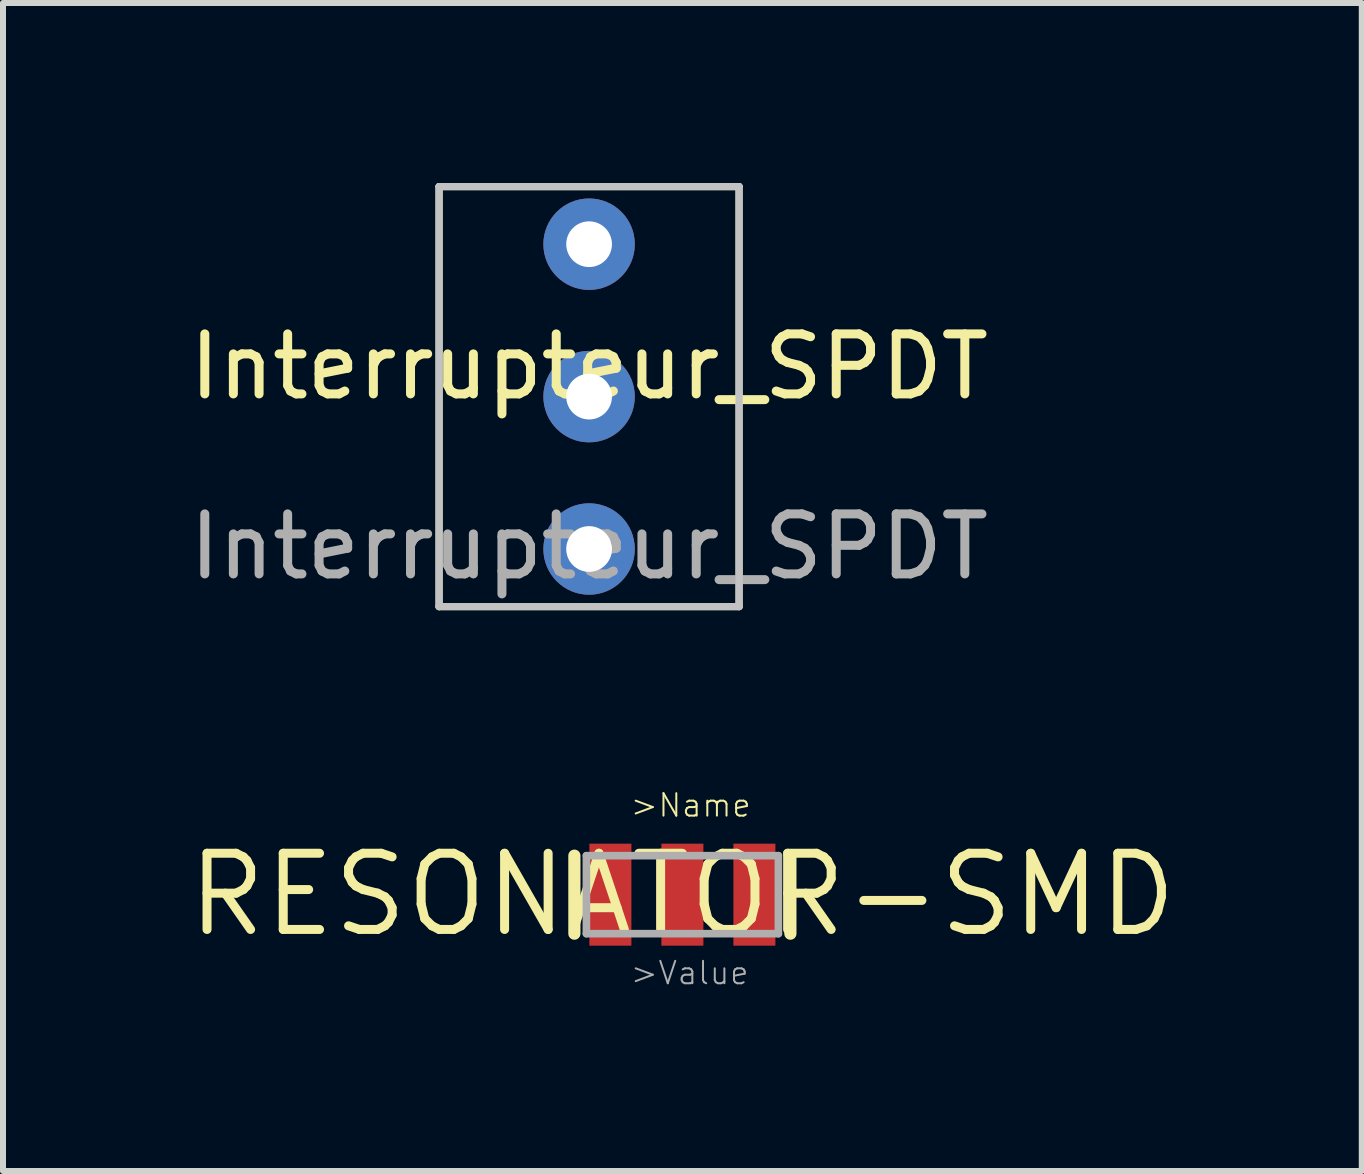
<source format=kicad_pcb>
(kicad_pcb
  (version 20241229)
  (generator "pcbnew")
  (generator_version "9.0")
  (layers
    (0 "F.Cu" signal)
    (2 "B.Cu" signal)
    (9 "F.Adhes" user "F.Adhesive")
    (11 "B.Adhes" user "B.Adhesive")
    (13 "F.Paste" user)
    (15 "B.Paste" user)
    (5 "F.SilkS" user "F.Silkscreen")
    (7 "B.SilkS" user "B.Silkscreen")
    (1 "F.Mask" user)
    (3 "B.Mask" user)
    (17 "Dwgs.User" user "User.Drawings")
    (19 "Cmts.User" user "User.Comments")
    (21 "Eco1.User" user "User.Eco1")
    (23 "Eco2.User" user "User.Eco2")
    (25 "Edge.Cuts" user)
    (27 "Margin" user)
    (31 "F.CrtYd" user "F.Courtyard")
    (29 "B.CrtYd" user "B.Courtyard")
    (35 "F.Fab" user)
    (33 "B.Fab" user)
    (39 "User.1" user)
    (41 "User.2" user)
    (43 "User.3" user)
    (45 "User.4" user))
  (footprint "Interrupteur_SPDT"
    (layer "F.Cu")
    (at 6.768 3.56)
    (property "Reference" "Interrupteur_SPDT" (at 0 -0.5 0) (unlocked yes) (layer "F.SilkS") (effects (font (size 1 1) (thickness 0.15))))
    (attr through_hole)
    (fp_line (start -2.5 -3.5) (end 2.5 -3.5) (stroke (width 0.12) (type solid)) (layer "F.SilkS"))
    (fp_line (start -2.5 3.5) (end -2.5 -3.5) (stroke (width 0.12) (type solid)) (layer "F.SilkS"))
    (fp_line (start 2.5 -3.5) (end 2.5 3.5) (stroke (width 0.12) (type solid)) (layer "F.SilkS"))
    (fp_line (start 2.5 3.5) (end -2.5 3.5) (stroke (width 0.12) (type solid)) (layer "F.SilkS"))
    (fp_line (start -2.5 -3.5) (end 2.5 -3.5) (stroke (width 0.12) (type solid)) (layer "Dwgs.User"))
    (fp_line (start -2.5 3.5) (end -2.5 -3.5) (stroke (width 0.12) (type solid)) (layer "Dwgs.User"))
    (fp_line (start 2.5 -3.5) (end 2.5 3.5) (stroke (width 0.12) (type solid)) (layer "Dwgs.User"))
    (fp_line (start 2.5 3.5) (end -2.5 3.5) (stroke (width 0.12) (type solid)) (layer "Dwgs.User"))
    (fp_text user "${REFERENCE}" (at 0 2.5 0) (unlocked yes) (layer "F.Fab") (effects (font (size 1 1) (thickness 0.15))))
    (pad "1" thru_hole circle (at 0 -2.54) (size 1.524 1.524) (drill 0.762) (layers "*.Cu" "*.Mask"))
    (pad "2" thru_hole circle (at 0 0) (size 1.524 1.524) (drill 0.762) (layers "*.Cu" "*.Mask"))
    (pad "3" thru_hole circle (at 0 2.54) (size 1.524 1.524) (drill 0.762) (layers "*.Cu" "*.Mask")))
  (footprint "RESONATOR-SMD"
    (layer "F.Cu")
    (at 8.323 11.861)
    (property "Reference" "RESONATOR-SMD" (at 0 0 0) (layer "F.SilkS") (effects (font (size 1.27 1.27) (thickness 0.15))))
    (fp_line (start -1.8 0.65) (end -1.8 -0.65) (stroke (width 0.203) (type solid)) (layer "F.SilkS"))
    (fp_line (start 1.8 -0.65) (end 1.8 0.65) (stroke (width 0.203) (type solid)) (layer "F.SilkS"))
    (fp_line (start -1.6 -0.65) (end 1.6 -0.65) (stroke (width 0.127) (type solid)) (layer "F.Fab"))
    (fp_line (start -1.6 0.65) (end -1.6 -0.65) (stroke (width 0.127) (type solid)) (layer "F.Fab"))
    (fp_line (start 1.6 -0.65) (end 1.6 0.65) (stroke (width 0.127) (type solid)) (layer "F.Fab"))
    (fp_line (start 1.6 0.65) (end -1.6 0.65) (stroke (width 0.127) (type solid)) (layer "F.Fab"))
    (fp_text user ">Name" (at -0.889 -1.27 0) (layer "F.SilkS") (effects (font (size 0.374 0.374) (thickness 0.033)) (justify left bottom)))
    (fp_text user ">Value" (at -0.889 1.524 0) (layer "F.Fab") (effects (font (size 0.374 0.374) (thickness 0.033)) (justify left bottom)))
    (pad "1" smd rect (at -1.2 0) (size 0.7 1.7) (layers "F.Cu" "F.Mask" "F.Paste"))
    (pad "2" smd rect (at 0 0) (size 0.7 1.7) (layers "F.Cu" "F.Mask" "F.Paste"))
    (pad "3" smd rect (at 1.2 0) (size 0.7 1.7) (layers "F.Cu" "F.Mask" "F.Paste")))
  (gr_rect
    (start -3 -3)
    (end 19.646 16.466)
    (stroke (width 0.1) (type default))
    (fill no)
    (layer "Edge.Cuts")))
</source>
